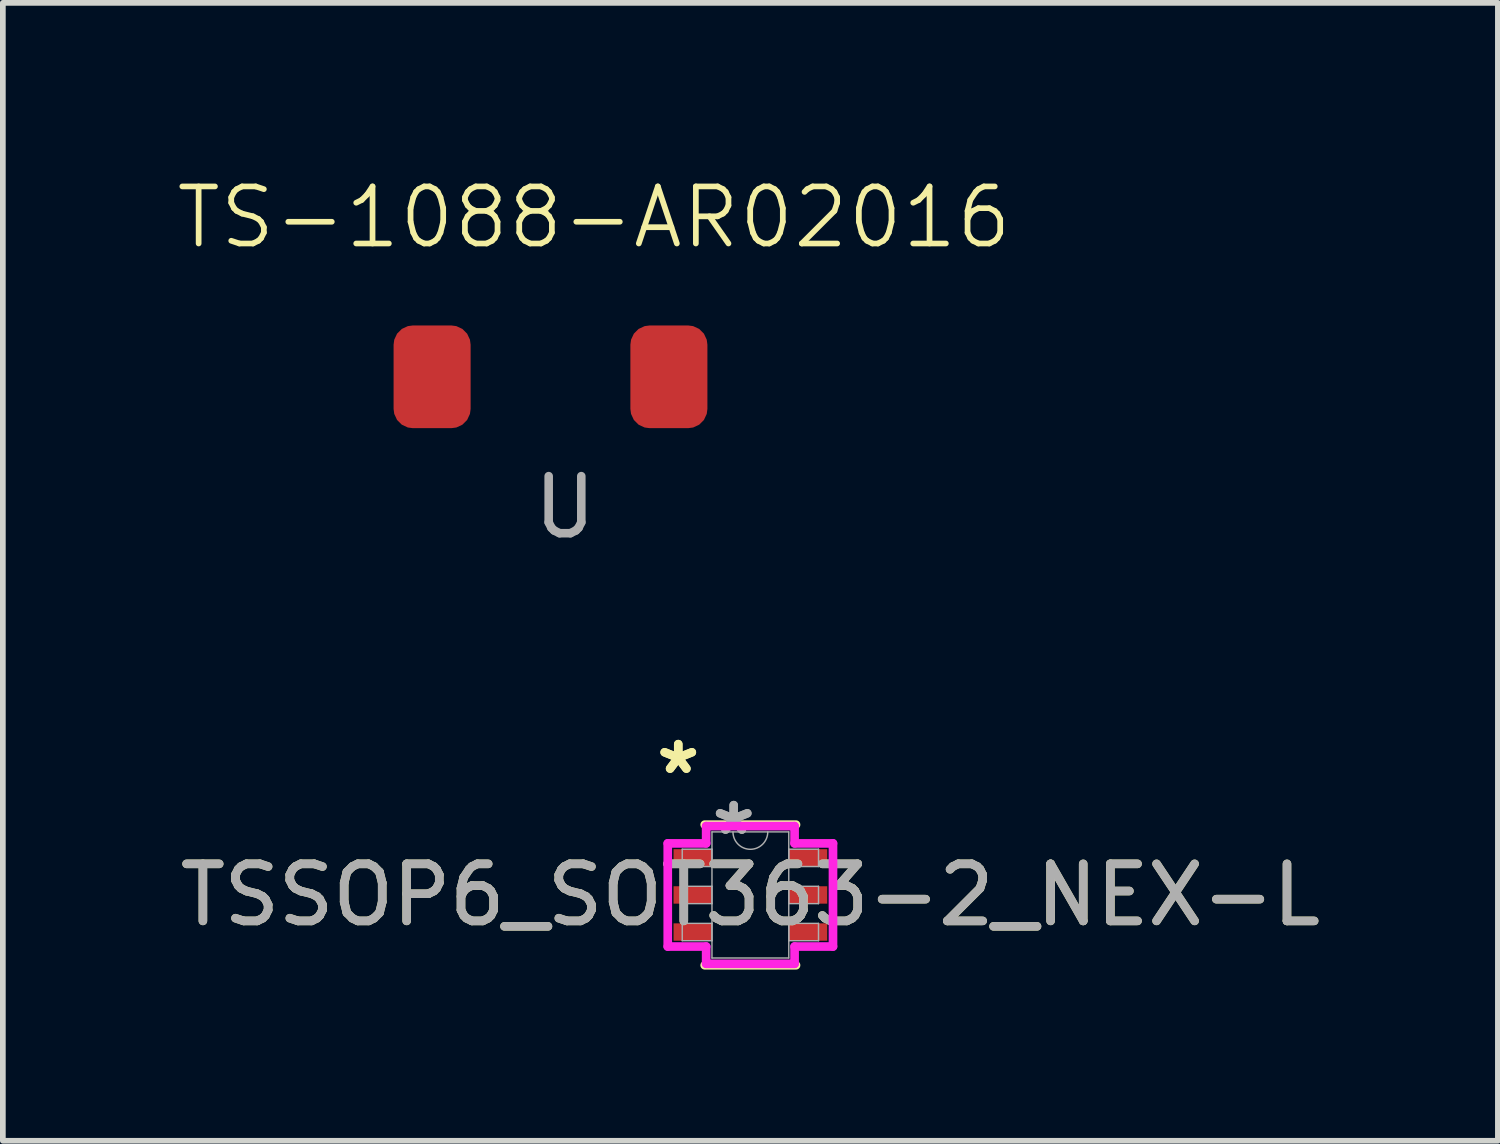
<source format=kicad_pcb>
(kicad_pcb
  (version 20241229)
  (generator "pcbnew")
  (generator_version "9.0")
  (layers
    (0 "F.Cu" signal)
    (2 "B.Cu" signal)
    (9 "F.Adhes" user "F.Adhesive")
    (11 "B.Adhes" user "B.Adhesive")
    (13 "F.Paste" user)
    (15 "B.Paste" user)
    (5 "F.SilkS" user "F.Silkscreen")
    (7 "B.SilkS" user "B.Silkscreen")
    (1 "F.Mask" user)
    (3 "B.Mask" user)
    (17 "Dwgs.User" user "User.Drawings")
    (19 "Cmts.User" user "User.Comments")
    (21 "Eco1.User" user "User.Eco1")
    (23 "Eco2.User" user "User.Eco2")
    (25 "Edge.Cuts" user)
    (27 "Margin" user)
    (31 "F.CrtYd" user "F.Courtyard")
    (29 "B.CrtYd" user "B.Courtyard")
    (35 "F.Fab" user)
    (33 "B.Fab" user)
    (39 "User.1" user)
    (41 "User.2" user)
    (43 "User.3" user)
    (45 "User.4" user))
  (footprint "TSSOP6_SOT363-2_NEX-L"
    (layer "F.Cu")
    (at 10.101 12.635)
    (property "Reference" "TSSOP6_SOT363-2_NEX-L" (at 0 0 0) (unlocked yes) (layer "F.SilkS") (effects (font (size 1 1) (thickness 0.15))))
    (attr smd)
    (fp_line (start -0.8 1.232) (end 0.8 1.232) (stroke (width 0.152) (type solid)) (layer "F.SilkS"))
    (fp_line (start 0.8 -1.232) (end -0.8 -1.232) (stroke (width 0.152) (type solid)) (layer "F.SilkS"))
    (fp_line (start -1.448 -0.904) (end -0.775 -0.904) (stroke (width 0.152) (type solid)) (layer "F.CrtYd"))
    (fp_line (start -1.448 0.904) (end -1.448 -0.904) (stroke (width 0.152) (type solid)) (layer "F.CrtYd"))
    (fp_line (start -1.448 0.904) (end -0.775 0.904) (stroke (width 0.152) (type solid)) (layer "F.CrtYd"))
    (fp_line (start -0.775 -1.206) (end 0.775 -1.206) (stroke (width 0.152) (type solid)) (layer "F.CrtYd"))
    (fp_line (start -0.775 -0.904) (end -0.775 -1.206) (stroke (width 0.152) (type solid)) (layer "F.CrtYd"))
    (fp_line (start -0.775 1.206) (end -0.775 0.904) (stroke (width 0.152) (type solid)) (layer "F.CrtYd"))
    (fp_line (start 0.775 -1.206) (end 0.775 -0.904) (stroke (width 0.152) (type solid)) (layer "F.CrtYd"))
    (fp_line (start 0.775 0.904) (end 0.775 1.206) (stroke (width 0.152) (type solid)) (layer "F.CrtYd"))
    (fp_line (start 0.775 1.206) (end -0.775 1.206) (stroke (width 0.152) (type solid)) (layer "F.CrtYd"))
    (fp_line (start 1.448 -0.904) (end 0.775 -0.904) (stroke (width 0.152) (type solid)) (layer "F.CrtYd"))
    (fp_line (start 1.448 -0.904) (end 1.448 0.904) (stroke (width 0.152) (type solid)) (layer "F.CrtYd"))
    (fp_line (start 1.448 0.904) (end 0.775 0.904) (stroke (width 0.152) (type solid)) (layer "F.CrtYd"))
    (fp_line (start -1.194 -0.802) (end -1.194 -0.498) (stroke (width 0.025) (type solid)) (layer "F.Fab"))
    (fp_line (start -1.194 -0.498) (end -0.673 -0.498) (stroke (width 0.025) (type solid)) (layer "F.Fab"))
    (fp_line (start -1.194 -0.152) (end -1.194 0.152) (stroke (width 0.025) (type solid)) (layer "F.Fab"))
    (fp_line (start -1.194 0.152) (end -0.673 0.152) (stroke (width 0.025) (type solid)) (layer "F.Fab"))
    (fp_line (start -1.194 0.498) (end -1.194 0.802) (stroke (width 0.025) (type solid)) (layer "F.Fab"))
    (fp_line (start -1.194 0.802) (end -0.673 0.802) (stroke (width 0.025) (type solid)) (layer "F.Fab"))
    (fp_line (start -0.673 -1.105) (end -0.673 1.105) (stroke (width 0.025) (type solid)) (layer "F.Fab"))
    (fp_line (start -0.673 -0.802) (end -1.194 -0.802) (stroke (width 0.025) (type solid)) (layer "F.Fab"))
    (fp_line (start -0.673 -0.498) (end -0.673 -0.802) (stroke (width 0.025) (type solid)) (layer "F.Fab"))
    (fp_line (start -0.673 -0.152) (end -1.194 -0.152) (stroke (width 0.025) (type solid)) (layer "F.Fab"))
    (fp_line (start -0.673 0.152) (end -0.673 -0.152) (stroke (width 0.025) (type solid)) (layer "F.Fab"))
    (fp_line (start -0.673 0.498) (end -1.194 0.498) (stroke (width 0.025) (type solid)) (layer "F.Fab"))
    (fp_line (start -0.673 0.802) (end -0.673 0.498) (stroke (width 0.025) (type solid)) (layer "F.Fab"))
    (fp_line (start -0.673 1.105) (end 0.673 1.105) (stroke (width 0.025) (type solid)) (layer "F.Fab"))
    (fp_line (start 0.673 -1.105) (end -0.673 -1.105) (stroke (width 0.025) (type solid)) (layer "F.Fab"))
    (fp_line (start 0.673 -0.802) (end 0.673 -0.498) (stroke (width 0.025) (type solid)) (layer "F.Fab"))
    (fp_line (start 0.673 -0.498) (end 1.194 -0.498) (stroke (width 0.025) (type solid)) (layer "F.Fab"))
    (fp_line (start 0.673 -0.152) (end 0.673 0.152) (stroke (width 0.025) (type solid)) (layer "F.Fab"))
    (fp_line (start 0.673 0.152) (end 1.194 0.152) (stroke (width 0.025) (type solid)) (layer "F.Fab"))
    (fp_line (start 0.673 0.498) (end 0.673 0.802) (stroke (width 0.025) (type solid)) (layer "F.Fab"))
    (fp_line (start 0.673 0.802) (end 1.194 0.802) (stroke (width 0.025) (type solid)) (layer "F.Fab"))
    (fp_line (start 0.673 1.105) (end 0.673 -1.105) (stroke (width 0.025) (type solid)) (layer "F.Fab"))
    (fp_line (start 1.194 -0.802) (end 0.673 -0.802) (stroke (width 0.025) (type solid)) (layer "F.Fab"))
    (fp_line (start 1.194 -0.498) (end 1.194 -0.802) (stroke (width 0.025) (type solid)) (layer "F.Fab"))
    (fp_line (start 1.194 -0.152) (end 0.673 -0.152) (stroke (width 0.025) (type solid)) (layer "F.Fab"))
    (fp_line (start 1.194 0.152) (end 1.194 -0.152) (stroke (width 0.025) (type solid)) (layer "F.Fab"))
    (fp_line (start 1.194 0.498) (end 0.673 0.498) (stroke (width 0.025) (type solid)) (layer "F.Fab"))
    (fp_line (start 1.194 0.802) (end 1.194 0.498) (stroke (width 0.025) (type solid)) (layer "F.Fab"))
    (fp_arc (start 0.3048 -1.1049) (mid 0 -0.8001) (end -0.3048 -1.1049) (stroke (width 0.0254) (type solid)) (layer "F.Fab"))
    (fp_text user "*" (at -1.264 -2.098 0) (layer "F.SilkS") (effects (font (size 1 1) (thickness 0.15))))
    (fp_text user "*" (at -1.264 -2.098 0) (unlocked yes) (layer "F.SilkS") (effects (font (size 1 1) (thickness 0.15))))
    (fp_text user "*" (at -0.292 -1.029 0) (layer "F.Fab") (effects (font (size 1 1) (thickness 0.15))))
    (fp_text user "${REFERENCE}" (at 0 0 0) (unlocked yes) (layer "F.Fab") (effects (font (size 1 1) (thickness 0.15))))
    (fp_text user "*" (at -0.292 -1.029 0) (unlocked yes) (layer "F.Fab") (effects (font (size 1 1) (thickness 0.15))))
    (pad "1" smd rect (at -1.01 -0.65) (size 0.673 0.305) (layers "F.Cu" "F.Mask" "F.Paste"))
    (pad "2" smd rect (at -1.01 0) (size 0.673 0.305) (layers "F.Cu" "F.Mask" "F.Paste"))
    (pad "3" smd rect (at -1.01 0.65) (size 0.673 0.305) (layers "F.Cu" "F.Mask" "F.Paste"))
    (pad "4" smd rect (at 1.01 0.65) (size 0.673 0.305) (layers "F.Cu" "F.Mask" "F.Paste"))
    (pad "5" smd rect (at 1.01 0) (size 0.673 0.305) (layers "F.Cu" "F.Mask" "F.Paste"))
    (pad "6" smd rect (at 1.01 -0.65) (size 0.673 0.305) (layers "F.Cu" "F.Mask" "F.Paste")))
  (footprint "TS-1088-AR02016"
    (layer "F.Cu")
    (at 6.598 3.554)
    (property "Reference" "TS-1088-AR02016" (at 0.762 -2.794 0) (unlocked yes) (layer "F.SilkS") (effects (font (size 1 1) (thickness 0.1))))
    (attr smd)
    (fp_text user "U" (at 0.254 2.286 0) (unlocked yes) (layer "F.Fab") (effects (font (size 1 1) (thickness 0.15))))
    (pad "1" smd roundrect (at -2.075 0) (size 1.35 1.8) (layers "F.Cu" "F.Mask" "F.Paste") (roundrect_rratio 0.25))
    (pad "2" smd roundrect (at 2.075 0) (size 1.35 1.8) (layers "F.Cu" "F.Mask" "F.Paste") (roundrect_rratio 0.25)))
  (gr_rect
    (start -3 -3)
    (end 23.202 16.943)
    (stroke (width 0.1) (type default))
    (fill no)
    (layer "Edge.Cuts")))
</source>
